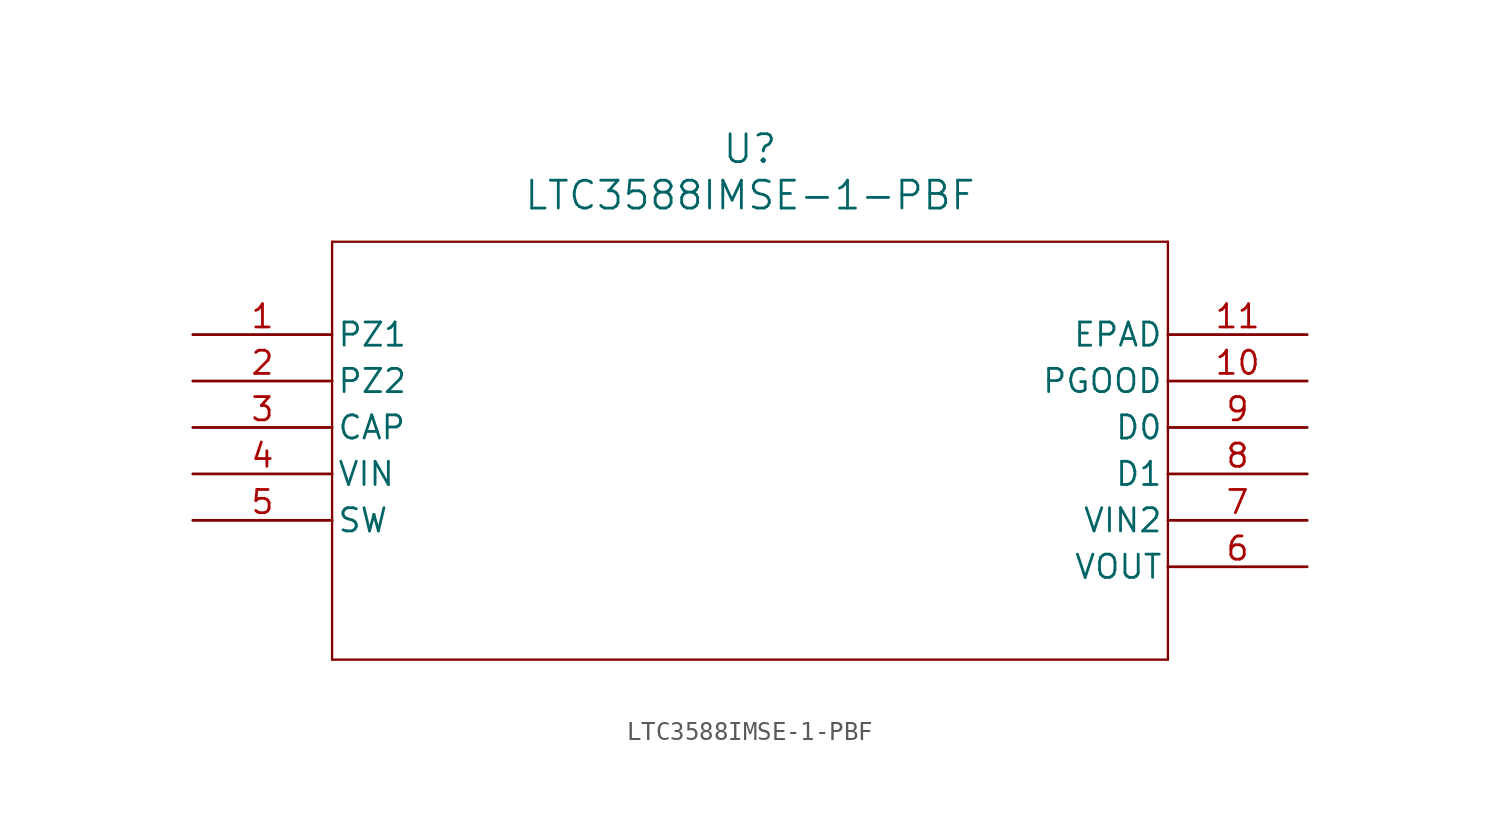
<source format=kicad_sym>
(kicad_symbol_lib
  (version 20211014)
  (generator kicad_symbol_editor)
  (symbol "LTC3588IMSE-1-PBF"
    (pin_names
      (offset 0.254))
    (property "Reference" "U"
      (at 30.48 10.16 0)
      (effects (font (size 1.524 1.524))))
    (property "Value" "LTC3588IMSE-1-PBF"
      (at 30.48 7.62 0)
      (effects (font (size 1.524 1.524))))
    (symbol "LTC3588IMSE-1-PBF_0_1"
      (polyline (pts (xy 7.62 5.08) (xy 7.62 -17.78)) (stroke (width 0.127) (type default) (color 0 0 0 0)) (fill (type none)))
      (polyline (pts (xy 7.62 -17.78) (xy 53.34 -17.78)) (stroke (width 0.127) (type default) (color 0 0 0 0)) (fill (type none)))
      (polyline (pts (xy 53.34 -17.78) (xy 53.34 5.08)) (stroke (width 0.127) (type default) (color 0 0 0 0)) (fill (type none)))
      (polyline (pts (xy 53.34 5.08) (xy 7.62 5.08)) (stroke (width 0.127) (type default) (color 0 0 0 0)) (fill (type none)))
      (pin input line (at 0 0 0) (length 7.62) (name "PZ1" (effects (font (size 1.27 1.27)))) (number "1" (effects (font (size 1.27 1.27)))))
      (pin input line (at 0 -2.54 0) (length 7.62) (name "PZ2" (effects (font (size 1.27 1.27)))) (number "2" (effects (font (size 1.27 1.27)))))
      (pin unspecified line (at 0 -5.08 0) (length 7.62) (name "CAP" (effects (font (size 1.27 1.27)))) (number "3" (effects (font (size 1.27 1.27)))))
      (pin input line (at 0 -7.62 0) (length 7.62) (name "VIN" (effects (font (size 1.27 1.27)))) (number "4" (effects (font (size 1.27 1.27)))))
      (pin unspecified line (at 0 -10.16 0) (length 7.62) (name "SW" (effects (font (size 1.27 1.27)))) (number "5" (effects (font (size 1.27 1.27)))))
      (pin output line (at 60.96 -12.7 180) (length 7.62) (name "VOUT" (effects (font (size 1.27 1.27)))) (number "6" (effects (font (size 1.27 1.27)))))
      (pin input line (at 60.96 -10.16 180) (length 7.62) (name "VIN2" (effects (font (size 1.27 1.27)))) (number "7" (effects (font (size 1.27 1.27)))))
      (pin output line (at 60.96 -7.62 180) (length 7.62) (name "D1" (effects (font (size 1.27 1.27)))) (number "8" (effects (font (size 1.27 1.27)))))
      (pin output line (at 60.96 -5.08 180) (length 7.62) (name "D0" (effects (font (size 1.27 1.27)))) (number "9" (effects (font (size 1.27 1.27)))))
      (pin output line (at 60.96 -2.54 180) (length 7.62) (name "PGOOD" (effects (font (size 1.27 1.27)))) (number "10" (effects (font (size 1.27 1.27)))))
      (pin unspecified line (at 60.96 0 180) (length 7.62) (name "EPAD" (effects (font (size 1.27 1.27)))) (number "11" (effects (font (size 1.27 1.27))))))))
</source>
